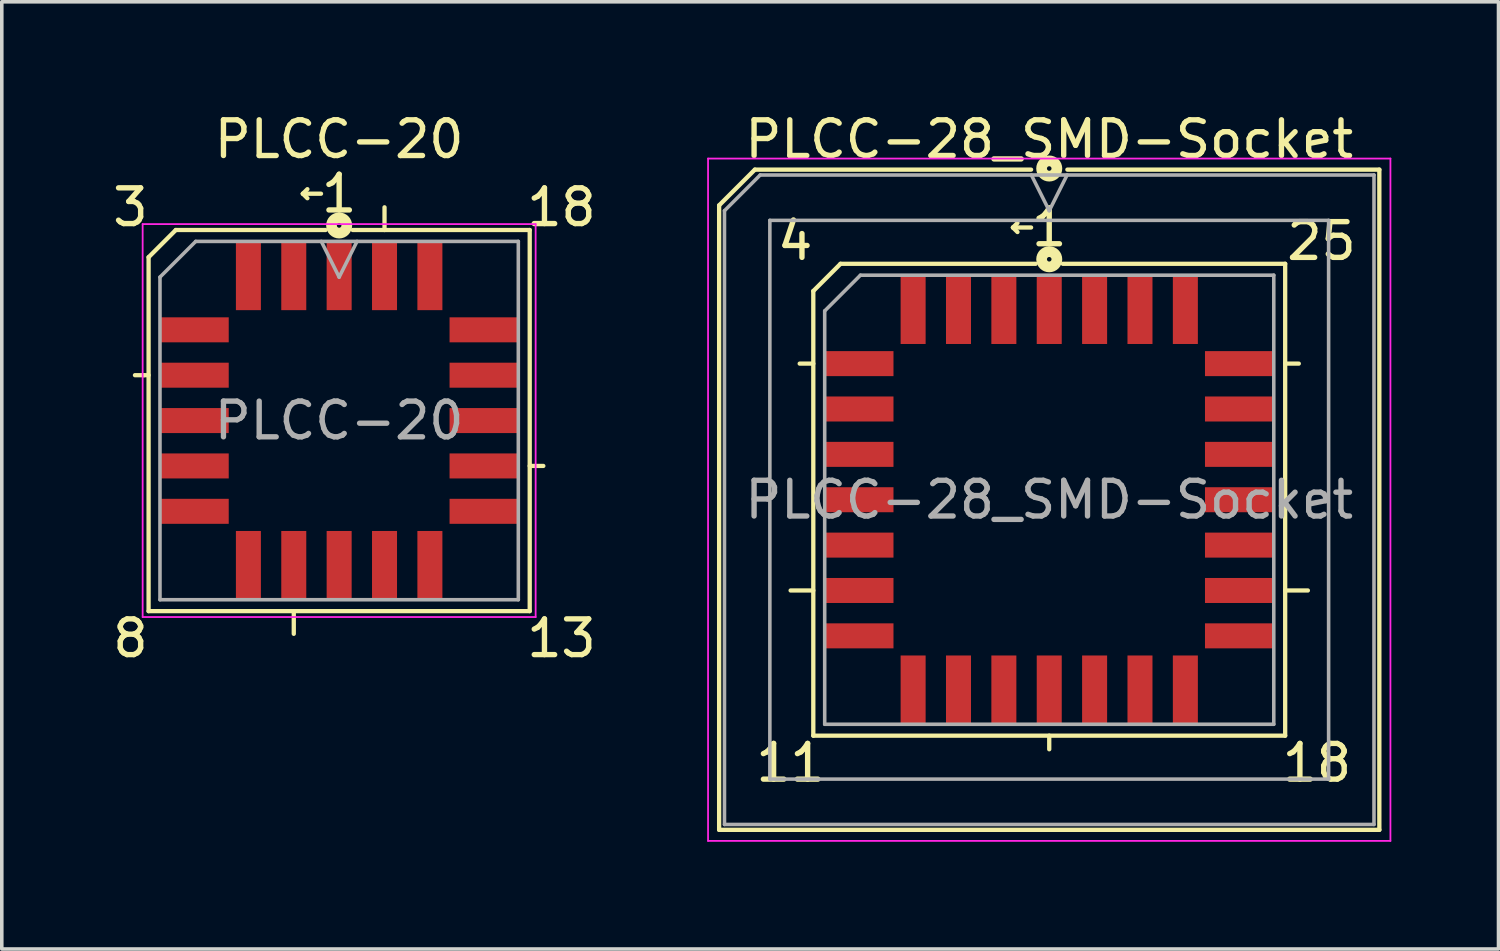
<source format=kicad_pcb>
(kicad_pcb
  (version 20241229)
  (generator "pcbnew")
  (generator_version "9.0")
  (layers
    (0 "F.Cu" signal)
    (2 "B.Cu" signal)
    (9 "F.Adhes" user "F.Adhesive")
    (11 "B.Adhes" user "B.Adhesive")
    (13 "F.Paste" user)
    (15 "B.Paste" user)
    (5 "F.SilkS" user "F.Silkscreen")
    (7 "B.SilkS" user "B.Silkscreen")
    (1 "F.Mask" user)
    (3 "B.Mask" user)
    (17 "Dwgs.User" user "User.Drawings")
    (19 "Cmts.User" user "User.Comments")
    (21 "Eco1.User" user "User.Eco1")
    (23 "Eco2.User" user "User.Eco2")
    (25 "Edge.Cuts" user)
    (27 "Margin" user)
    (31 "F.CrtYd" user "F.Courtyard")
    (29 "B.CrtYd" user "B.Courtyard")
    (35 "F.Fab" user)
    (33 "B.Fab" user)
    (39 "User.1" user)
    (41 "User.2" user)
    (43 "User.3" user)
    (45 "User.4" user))
  (footprint "PLCC-28_SMD-Socket"
    (layer "F.Cu")
    (at 26.319 10.938)
    (property "Reference" "PLCC-28_SMD-Socket" (at 0 -10.09 0) (layer "F.SilkS") (effects (font (size 1 1) (thickness 0.15))))
    (attr smd)
    (fp_line (start -9.24 -8.24) (end -9.24 9.24) (stroke (width 0.12) (type solid)) (layer "F.SilkS"))
    (fp_line (start -9.24 9.24) (end 9.24 9.24) (stroke (width 0.12) (type solid)) (layer "F.SilkS"))
    (fp_line (start -8.24 -9.24) (end -9.24 -8.24) (stroke (width 0.12) (type solid)) (layer "F.SilkS"))
    (fp_line (start -6.604 -5.842) (end -6.604 6.604) (stroke (width 0.12) (type solid)) (layer "F.SilkS"))
    (fp_line (start -6.604 -3.81) (end -6.985 -3.81) (stroke (width 0.12) (type solid)) (layer "F.SilkS"))
    (fp_line (start -6.604 2.54) (end -7.239 2.54) (stroke (width 0.12) (type solid)) (layer "F.SilkS"))
    (fp_line (start -6.604 6.604) (end 6.604 6.604) (stroke (width 0.12) (type solid)) (layer "F.SilkS"))
    (fp_line (start -5.842 -6.604) (end -6.604 -5.842) (stroke (width 0.12) (type solid)) (layer "F.SilkS"))
    (fp_line (start -1.016 -7.62) (end -0.889 -7.747) (stroke (width 0.12) (type solid)) (layer "F.SilkS"))
    (fp_line (start -1.016 -7.62) (end -0.889 -7.493) (stroke (width 0.12) (type solid)) (layer "F.SilkS"))
    (fp_line (start -0.508 -9.24) (end -8.24 -9.24) (stroke (width 0.12) (type solid)) (layer "F.SilkS"))
    (fp_line (start -0.508 -7.62) (end -1.016 -7.62) (stroke (width 0.12) (type solid)) (layer "F.SilkS"))
    (fp_line (start -0.381 -6.604) (end -5.842 -6.604) (stroke (width 0.12) (type solid)) (layer "F.SilkS"))
    (fp_line (start 0 6.604) (end 0 6.985) (stroke (width 0.12) (type solid)) (layer "F.SilkS"))
    (fp_line (start 6.604 -6.604) (end 0.381 -6.604) (stroke (width 0.12) (type solid)) (layer "F.SilkS"))
    (fp_line (start 6.604 -3.81) (end 6.985 -3.81) (stroke (width 0.12) (type solid)) (layer "F.SilkS"))
    (fp_line (start 6.604 2.54) (end 7.239 2.54) (stroke (width 0.12) (type solid)) (layer "F.SilkS"))
    (fp_line (start 6.604 6.604) (end 6.604 -6.604) (stroke (width 0.12) (type solid)) (layer "F.SilkS"))
    (fp_line (start 9.24 -9.24) (end 0.508 -9.24) (stroke (width 0.12) (type solid)) (layer "F.SilkS"))
    (fp_line (start 9.24 9.24) (end 9.24 -9.24) (stroke (width 0.12) (type solid)) (layer "F.SilkS"))
    (fp_circle (center 0 -9.271) (end 0.064 -9.271) (stroke (width 0.3) (type solid)) (fill no) (layer "F.SilkS"))
    (fp_circle (center 0 -6.731) (end 0.064 -6.731) (stroke (width 0.3) (type solid)) (fill no) (layer "F.SilkS"))
    (fp_line (start -9.55 -9.55) (end -9.55 9.55) (stroke (width 0.05) (type solid)) (layer "F.CrtYd"))
    (fp_line (start -9.55 9.55) (end 9.55 9.55) (stroke (width 0.05) (type solid)) (layer "F.CrtYd"))
    (fp_line (start 9.55 -9.55) (end -9.55 -9.55) (stroke (width 0.05) (type solid)) (layer "F.CrtYd"))
    (fp_line (start 9.55 9.55) (end 9.55 -9.55) (stroke (width 0.05) (type solid)) (layer "F.CrtYd"))
    (fp_line (start -9.09 -8.09) (end -9.09 9.09) (stroke (width 0.1) (type solid)) (layer "F.Fab"))
    (fp_line (start -9.09 9.09) (end 9.09 9.09) (stroke (width 0.1) (type solid)) (layer "F.Fab"))
    (fp_line (start -8.09 -9.09) (end -9.09 -8.09) (stroke (width 0.1) (type solid)) (layer "F.Fab"))
    (fp_line (start -7.82 -7.82) (end -7.82 7.82) (stroke (width 0.1) (type solid)) (layer "F.Fab"))
    (fp_line (start -7.82 7.82) (end 7.82 7.82) (stroke (width 0.1) (type solid)) (layer "F.Fab"))
    (fp_line (start -6.285 -5.285) (end -6.285 6.285) (stroke (width 0.1) (type solid)) (layer "F.Fab"))
    (fp_line (start -6.285 6.285) (end 6.285 6.285) (stroke (width 0.1) (type solid)) (layer "F.Fab"))
    (fp_line (start -5.285 -6.285) (end -6.285 -5.285) (stroke (width 0.1) (type solid)) (layer "F.Fab"))
    (fp_line (start -0.5 -9.09) (end 0 -8.09) (stroke (width 0.1) (type solid)) (layer "F.Fab"))
    (fp_line (start 0 -8.09) (end 0.5 -9.09) (stroke (width 0.1) (type solid)) (layer "F.Fab"))
    (fp_line (start 6.285 -6.285) (end -5.285 -6.285) (stroke (width 0.1) (type solid)) (layer "F.Fab"))
    (fp_line (start 6.285 6.285) (end 6.285 -6.285) (stroke (width 0.1) (type solid)) (layer "F.Fab"))
    (fp_line (start 7.82 -7.82) (end -7.82 -7.82) (stroke (width 0.1) (type solid)) (layer "F.Fab"))
    (fp_line (start 7.82 7.82) (end 7.82 -7.82) (stroke (width 0.1) (type solid)) (layer "F.Fab"))
    (fp_line (start 9.09 -9.09) (end -8.09 -9.09) (stroke (width 0.1) (type solid)) (layer "F.Fab"))
    (fp_line (start 9.09 9.09) (end 9.09 -9.09) (stroke (width 0.1) (type solid)) (layer "F.Fab"))
    (fp_text user "4" (at -7.112 -7.239 0) (unlocked yes) (layer "F.SilkS") (effects (font (size 1 1) (thickness 0.15))))
    (fp_text user "11" (at -7.239 7.366 0) (unlocked yes) (layer "F.SilkS") (effects (font (size 1 1) (thickness 0.15))))
    (fp_text user "18" (at 7.493 7.366 0) (unlocked yes) (layer "F.SilkS") (effects (font (size 1 1) (thickness 0.15))))
    (fp_text user "1" (at 0 -7.62 0) (unlocked yes) (layer "F.SilkS") (effects (font (size 1 1) (thickness 0.15))))
    (fp_text user "25" (at 7.62 -7.239 0) (unlocked yes) (layer "F.SilkS") (effects (font (size 1 1) (thickness 0.15))))
    (fp_text user "${REFERENCE}" (at 0 0 0) (layer "F.Fab") (effects (font (size 1 1) (thickness 0.15))))
    (pad "1" smd rect (at 0 -5.322) (size 0.7 1.925) (layers "F.Cu" "F.Mask" "F.Paste"))
    (pad "2" smd rect (at -1.27 -5.322) (size 0.7 1.925) (layers "F.Cu" "F.Mask" "F.Paste"))
    (pad "3" smd rect (at -2.54 -5.322) (size 0.7 1.925) (layers "F.Cu" "F.Mask" "F.Paste"))
    (pad "4" smd rect (at -3.81 -5.322) (size 0.7 1.925) (layers "F.Cu" "F.Mask" "F.Paste"))
    (pad "5" smd rect (at -5.322 -3.81) (size 1.925 0.7) (layers "F.Cu" "F.Mask" "F.Paste"))
    (pad "6" smd rect (at -5.322 -2.54) (size 1.925 0.7) (layers "F.Cu" "F.Mask" "F.Paste"))
    (pad "7" smd rect (at -5.322 -1.27) (size 1.925 0.7) (layers "F.Cu" "F.Mask" "F.Paste"))
    (pad "8" smd rect (at -5.322 0) (size 1.925 0.7) (layers "F.Cu" "F.Mask" "F.Paste"))
    (pad "9" smd rect (at -5.322 1.27) (size 1.925 0.7) (layers "F.Cu" "F.Mask" "F.Paste"))
    (pad "10" smd rect (at -5.322 2.54) (size 1.925 0.7) (layers "F.Cu" "F.Mask" "F.Paste"))
    (pad "11" smd rect (at -5.322 3.81) (size 1.925 0.7) (layers "F.Cu" "F.Mask" "F.Paste"))
    (pad "12" smd rect (at -3.81 5.322) (size 0.7 1.925) (layers "F.Cu" "F.Mask" "F.Paste"))
    (pad "13" smd rect (at -2.54 5.322) (size 0.7 1.925) (layers "F.Cu" "F.Mask" "F.Paste"))
    (pad "14" smd rect (at -1.27 5.322) (size 0.7 1.925) (layers "F.Cu" "F.Mask" "F.Paste"))
    (pad "15" smd rect (at 0 5.322) (size 0.7 1.925) (layers "F.Cu" "F.Mask" "F.Paste"))
    (pad "16" smd rect (at 1.27 5.322) (size 0.7 1.925) (layers "F.Cu" "F.Mask" "F.Paste"))
    (pad "17" smd rect (at 2.54 5.322) (size 0.7 1.925) (layers "F.Cu" "F.Mask" "F.Paste"))
    (pad "18" smd rect (at 3.81 5.322) (size 0.7 1.925) (layers "F.Cu" "F.Mask" "F.Paste"))
    (pad "19" smd rect (at 5.322 3.81) (size 1.925 0.7) (layers "F.Cu" "F.Mask" "F.Paste"))
    (pad "20" smd rect (at 5.322 2.54) (size 1.925 0.7) (layers "F.Cu" "F.Mask" "F.Paste"))
    (pad "21" smd rect (at 5.322 1.27) (size 1.925 0.7) (layers "F.Cu" "F.Mask" "F.Paste"))
    (pad "22" smd rect (at 5.322 0) (size 1.925 0.7) (layers "F.Cu" "F.Mask" "F.Paste"))
    (pad "23" smd rect (at 5.322 -1.27) (size 1.925 0.7) (layers "F.Cu" "F.Mask" "F.Paste"))
    (pad "24" smd rect (at 5.322 -2.54) (size 1.925 0.7) (layers "F.Cu" "F.Mask" "F.Paste"))
    (pad "25" smd rect (at 5.322 -3.81) (size 1.925 0.7) (layers "F.Cu" "F.Mask" "F.Paste"))
    (pad "26" smd rect (at 3.81 -5.322) (size 0.7 1.925) (layers "F.Cu" "F.Mask" "F.Paste"))
    (pad "27" smd rect (at 2.54 -5.322) (size 0.7 1.925) (layers "F.Cu" "F.Mask" "F.Paste"))
    (pad "28" smd rect (at 1.27 -5.322) (size 0.7 1.925) (layers "F.Cu" "F.Mask" "F.Paste")))
  (footprint "PLCC-20"
    (layer "F.Cu")
    (at 6.443 8.722)
    (property "Reference" "PLCC-20" (at 0 -7.874 0) (layer "F.SilkS") (effects (font (size 1 1) (thickness 0.15))))
    (attr smd)
    (fp_line (start -5.461 -1.27) (end -5.715 -1.27) (stroke (width 0.12) (type solid)) (layer "F.SilkS"))
    (fp_line (start -5.334 -4.572) (end -5.334 5.334) (stroke (width 0.12) (type solid)) (layer "F.SilkS"))
    (fp_line (start -5.334 -1.27) (end -5.461 -1.27) (stroke (width 0.12) (type solid)) (layer "F.SilkS"))
    (fp_line (start -5.334 5.334) (end 5.334 5.334) (stroke (width 0.12) (type solid)) (layer "F.SilkS"))
    (fp_line (start -4.572 -5.334) (end -5.334 -4.572) (stroke (width 0.12) (type solid)) (layer "F.SilkS"))
    (fp_line (start -1.27 5.334) (end -1.27 5.969) (stroke (width 0.12) (type solid)) (layer "F.SilkS"))
    (fp_line (start -1.016 -6.35) (end -0.889 -6.477) (stroke (width 0.12) (type solid)) (layer "F.SilkS"))
    (fp_line (start -1.016 -6.35) (end -0.889 -6.223) (stroke (width 0.12) (type solid)) (layer "F.SilkS"))
    (fp_line (start -0.508 -6.35) (end -1.016 -6.35) (stroke (width 0.12) (type solid)) (layer "F.SilkS"))
    (fp_line (start -0.381 -5.334) (end -4.572 -5.334) (stroke (width 0.12) (type solid)) (layer "F.SilkS"))
    (fp_line (start 1.27 -5.334) (end 1.27 -5.969) (stroke (width 0.12) (type solid)) (layer "F.SilkS"))
    (fp_line (start 5.334 -5.334) (end 0.381 -5.334) (stroke (width 0.12) (type solid)) (layer "F.SilkS"))
    (fp_line (start 5.334 1.27) (end 5.715 1.27) (stroke (width 0.12) (type solid)) (layer "F.SilkS"))
    (fp_line (start 5.334 5.334) (end 5.334 -5.334) (stroke (width 0.12) (type solid)) (layer "F.SilkS"))
    (fp_circle (center 0 -5.461) (end 0.064 -5.461) (stroke (width 0.3) (type solid)) (fill no) (layer "F.SilkS"))
    (fp_line (start -5.5 -5.5) (end -5.5 5.5) (stroke (width 0.05) (type solid)) (layer "F.CrtYd"))
    (fp_line (start -5.5 5.5) (end 5.5 5.5) (stroke (width 0.05) (type solid)) (layer "F.CrtYd"))
    (fp_line (start 5.5 -5.5) (end -5.5 -5.5) (stroke (width 0.05) (type solid)) (layer "F.CrtYd"))
    (fp_line (start 5.5 5.5) (end 5.5 -5.5) (stroke (width 0.05) (type solid)) (layer "F.CrtYd"))
    (fp_line (start -5.015 -4.015) (end -5.015 5.015) (stroke (width 0.1) (type solid)) (layer "F.Fab"))
    (fp_line (start -5.015 5.015) (end 5.015 5.015) (stroke (width 0.1) (type solid)) (layer "F.Fab"))
    (fp_line (start -4.015 -5.015) (end -5.015 -4.015) (stroke (width 0.1) (type solid)) (layer "F.Fab"))
    (fp_line (start -0.5 -5.015) (end 0 -4.015) (stroke (width 0.1) (type solid)) (layer "F.Fab"))
    (fp_line (start 0 -4.015) (end 0.5 -5.015) (stroke (width 0.1) (type solid)) (layer "F.Fab"))
    (fp_line (start 5.015 -5.015) (end -4.015 -5.015) (stroke (width 0.1) (type solid)) (layer "F.Fab"))
    (fp_line (start 5.015 5.015) (end 5.015 -5.015) (stroke (width 0.1) (type solid)) (layer "F.Fab"))
    (fp_text user "13" (at 6.223 6.096 0) (unlocked yes) (layer "F.SilkS") (effects (font (size 1 1) (thickness 0.15))))
    (fp_text user "18" (at 6.223 -5.969 0) (unlocked yes) (layer "F.SilkS") (effects (font (size 1 1) (thickness 0.15))))
    (fp_text user "8" (at -5.842 6.096 0) (unlocked yes) (layer "F.SilkS") (effects (font (size 1 1) (thickness 0.15))))
    (fp_text user "1" (at 0 -6.35 0) (unlocked yes) (layer "F.SilkS") (effects (font (size 1 1) (thickness 0.15))))
    (fp_text user "3" (at -5.842 -5.969 0) (unlocked yes) (layer "F.SilkS") (effects (font (size 1 1) (thickness 0.15))))
    (fp_text user "${REFERENCE}" (at 0 0 0) (layer "F.Fab") (effects (font (size 1 1) (thickness 0.15))))
    (pad "1" smd rect (at 0 -4.053) (size 0.7 1.925) (layers "F.Cu" "F.Mask" "F.Paste"))
    (pad "2" smd rect (at -1.27 -4.053) (size 0.7 1.925) (layers "F.Cu" "F.Mask" "F.Paste"))
    (pad "3" smd rect (at -2.54 -4.053) (size 0.7 1.925) (layers "F.Cu" "F.Mask" "F.Paste"))
    (pad "4" smd rect (at -4.053 -2.54) (size 1.925 0.7) (layers "F.Cu" "F.Mask" "F.Paste"))
    (pad "5" smd rect (at -4.053 -1.27) (size 1.925 0.7) (layers "F.Cu" "F.Mask" "F.Paste"))
    (pad "6" smd rect (at -4.053 0) (size 1.925 0.7) (layers "F.Cu" "F.Mask" "F.Paste"))
    (pad "7" smd rect (at -4.053 1.27) (size 1.925 0.7) (layers "F.Cu" "F.Mask" "F.Paste"))
    (pad "8" smd rect (at -4.053 2.54) (size 1.925 0.7) (layers "F.Cu" "F.Mask" "F.Paste"))
    (pad "9" smd rect (at -2.54 4.053) (size 0.7 1.925) (layers "F.Cu" "F.Mask" "F.Paste"))
    (pad "10" smd rect (at -1.27 4.053) (size 0.7 1.925) (layers "F.Cu" "F.Mask" "F.Paste"))
    (pad "11" smd rect (at 0 4.053) (size 0.7 1.925) (layers "F.Cu" "F.Mask" "F.Paste"))
    (pad "12" smd rect (at 1.27 4.053) (size 0.7 1.925) (layers "F.Cu" "F.Mask" "F.Paste"))
    (pad "13" smd rect (at 2.54 4.053) (size 0.7 1.925) (layers "F.Cu" "F.Mask" "F.Paste"))
    (pad "14" smd rect (at 4.053 2.54) (size 1.925 0.7) (layers "F.Cu" "F.Mask" "F.Paste"))
    (pad "15" smd rect (at 4.053 1.27) (size 1.925 0.7) (layers "F.Cu" "F.Mask" "F.Paste"))
    (pad "16" smd rect (at 4.053 0) (size 1.925 0.7) (layers "F.Cu" "F.Mask" "F.Paste"))
    (pad "17" smd rect (at 4.053 -1.27) (size 1.925 0.7) (layers "F.Cu" "F.Mask" "F.Paste"))
    (pad "18" smd rect (at 4.053 -2.54) (size 1.925 0.7) (layers "F.Cu" "F.Mask" "F.Paste"))
    (pad "19" smd rect (at 2.54 -4.053) (size 0.7 1.925) (layers "F.Cu" "F.Mask" "F.Paste"))
    (pad "20" smd rect (at 1.27 -4.053) (size 0.7 1.925) (layers "F.Cu" "F.Mask" "F.Paste")))
  (gr_rect
    (start -3 -3)
    (end 38.894 23.513)
    (stroke (width 0.1) (type default))
    (fill no)
    (layer "Edge.Cuts")))
</source>
